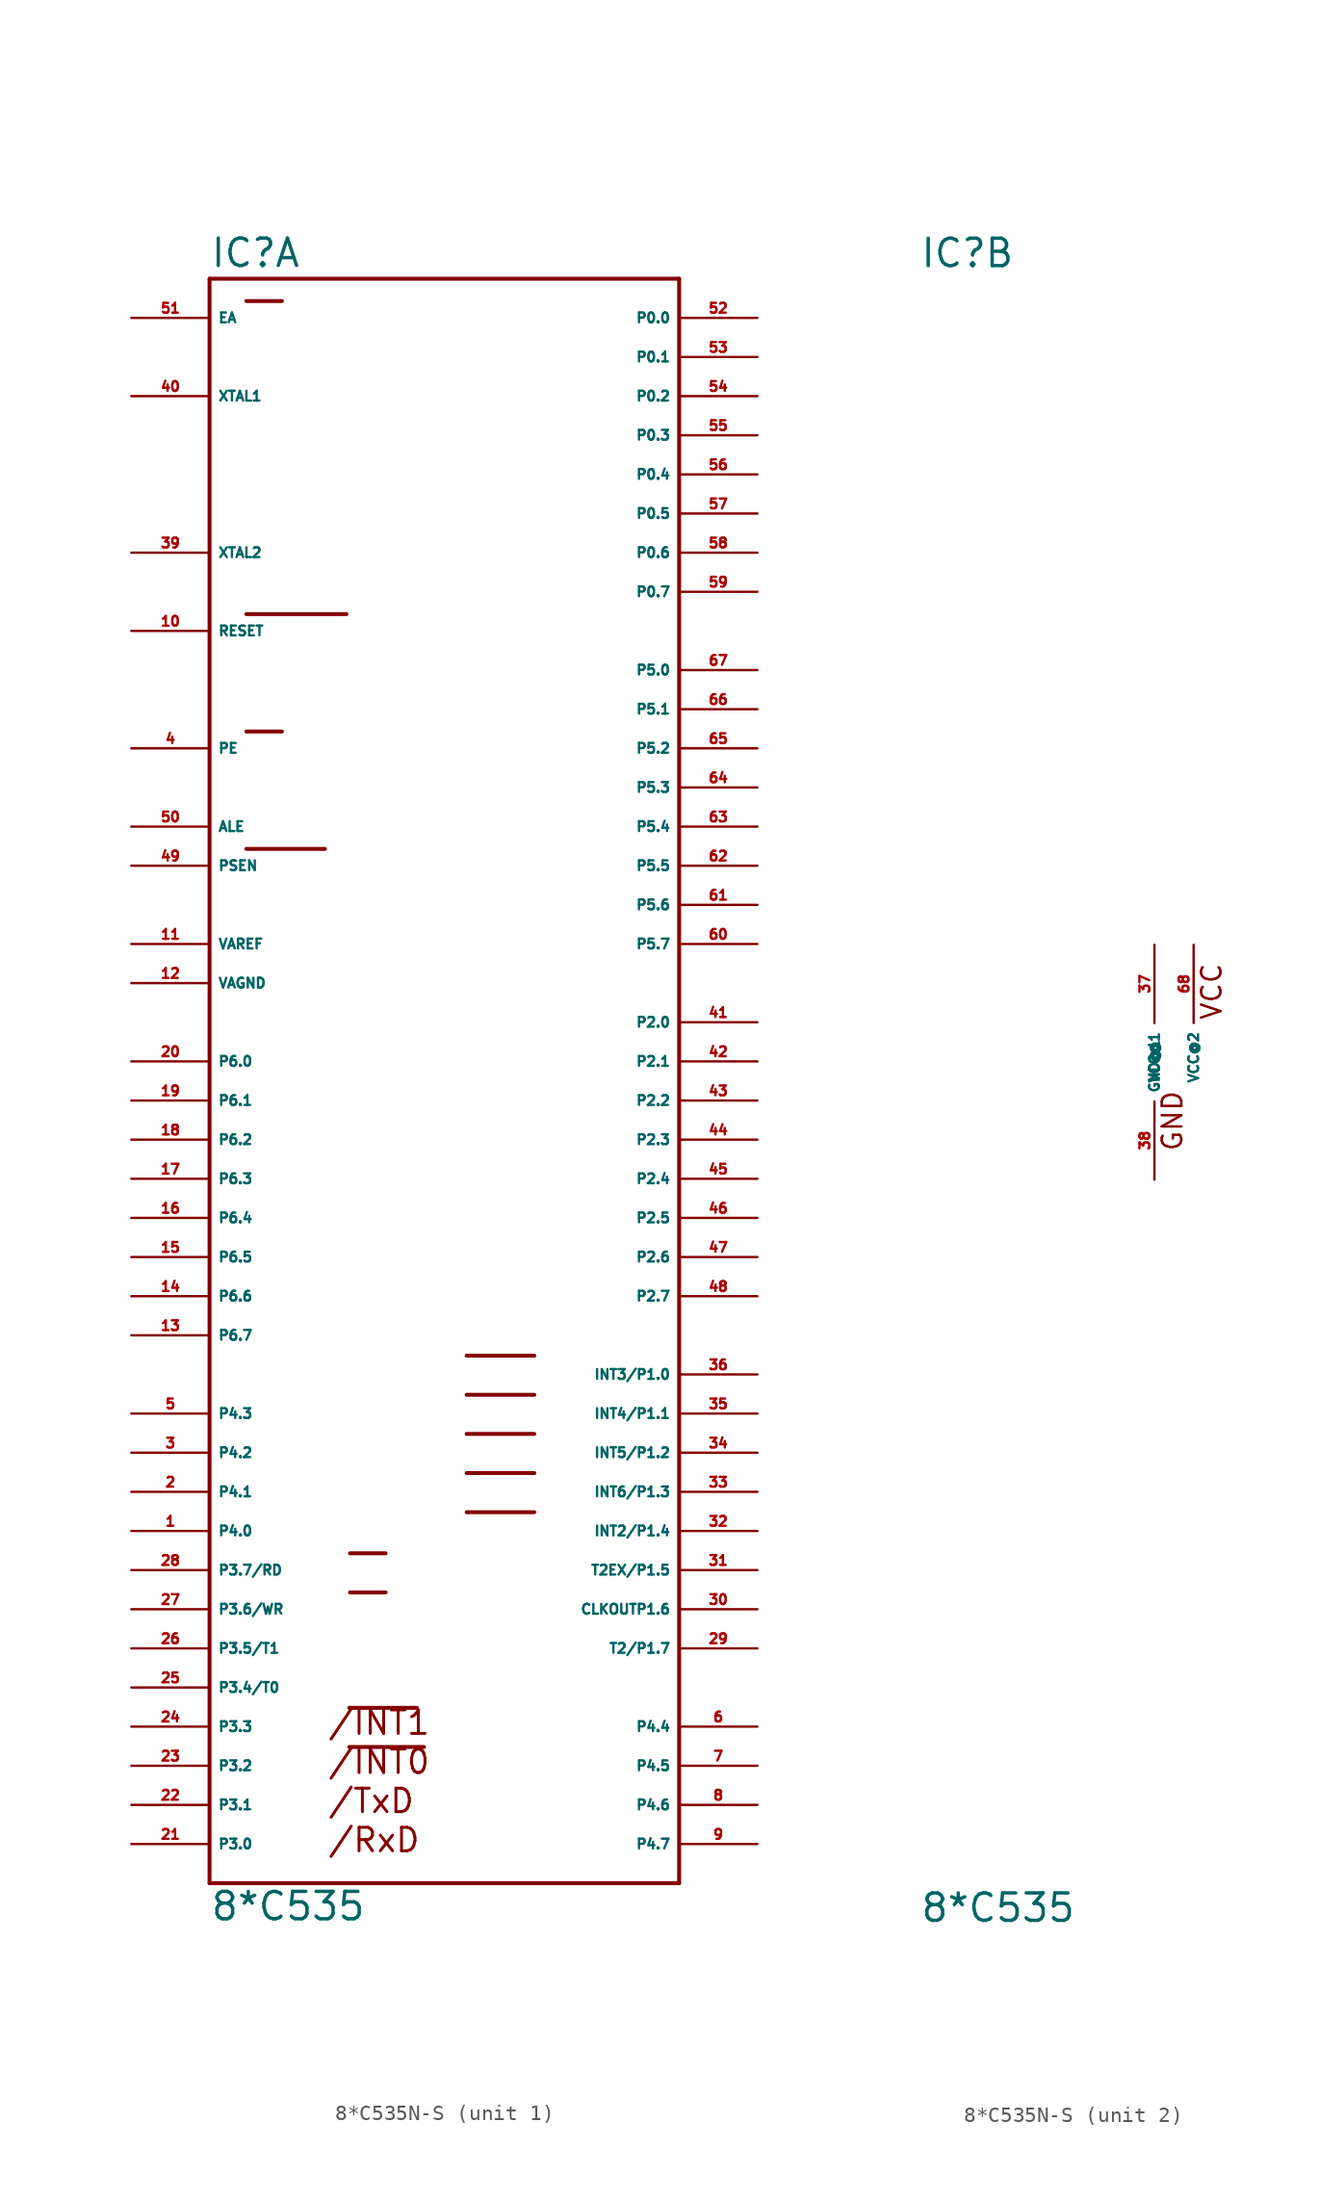
<source format=kicad_sym>
(kicad_symbol_lib
  (version 20220914)
  (generator Eagle2Kicad)
  (symbol "8*C535N-S"
    (property "Reference" "IC"
      (at -15.24 51.435 0)
      (effects (font (size 1.778 1.778) (thickness 0.22)) (justify left bottom)))
    (property "Value" "8*C535"
      (at -15.24 -55.88 0)
      (effects (font (size 1.778 1.778) (thickness 0.22)) (justify left bottom)))
    (symbol "8*C535N-S_1_0"
      (polyline (pts (xy -6.172 -41.961) (xy -1.778 -41.961)) (stroke (width 0.254) (type default)) (fill (type none)))
      (polyline (pts (xy -6.172 -44.501) (xy -1.321 -44.501)) (stroke (width 0.254) (type default)) (fill (type none)))
      (polyline (pts (xy -6.121 -31.928) (xy -3.81 -31.928)) (stroke (width 0.254) (type default)) (fill (type none)))
      (polyline (pts (xy -6.121 -34.468) (xy -3.81 -34.468)) (stroke (width 0.254) (type default)) (fill (type none)))
      (polyline (pts (xy -12.852 29.032) (xy -6.35 29.032)) (stroke (width 0.254) (type default)) (fill (type none)))
      (polyline (pts (xy -12.852 21.412) (xy -10.541 21.412)) (stroke (width 0.254) (type default)) (fill (type none)))
      (polyline (pts (xy -12.852 13.792) (xy -7.747 13.792)) (stroke (width 0.254) (type default)) (fill (type none)))
      (polyline (pts (xy -12.852 49.352) (xy -10.541 49.352)) (stroke (width 0.254) (type default)) (fill (type none)))
      (polyline (pts (xy -15.24 -53.34) (xy 15.24 -53.34)) (stroke (width 0.254) (type default)) (fill (type none)))
      (polyline (pts (xy 15.24 -53.34) (xy 15.24 50.8)) (stroke (width 0.254) (type default)) (fill (type none)))
      (polyline (pts (xy 15.24 50.8) (xy -15.24 50.8)) (stroke (width 0.254) (type default)) (fill (type none)))
      (polyline (pts (xy -15.24 50.8) (xy -15.24 -53.34)) (stroke (width 0.254) (type default)) (fill (type none)))
      (polyline (pts (xy 1.448 -19.101) (xy 5.842 -19.101)) (stroke (width 0.254) (type default)) (fill (type none)))
      (polyline (pts (xy 1.448 -21.641) (xy 5.842 -21.641)) (stroke (width 0.254) (type default)) (fill (type none)))
      (polyline (pts (xy 1.448 -24.181) (xy 5.842 -24.181)) (stroke (width 0.254) (type default)) (fill (type none)))
      (polyline (pts (xy 1.448 -26.721) (xy 5.842 -26.721)) (stroke (width 0.254) (type default)) (fill (type none)))
      (polyline (pts (xy 1.448 -29.261) (xy 5.842 -29.261)) (stroke (width 0.254) (type default)) (fill (type none)))
      (text "/INT1" (at -7.62 -43.815 0) (effects (font (size 1.524 1.524) (thickness 0.19)) (justify left bottom)))
      (text "/INT0" (at -7.62 -46.355 0) (effects (font (size 1.524 1.524) (thickness 0.19)) (justify left bottom)))
      (text "/RxD" (at -7.62 -51.435 0) (effects (font (size 1.524 1.524) (thickness 0.19)) (justify left bottom)))
      (text "/TxD" (at -7.62 -48.895 0) (effects (font (size 1.524 1.524) (thickness 0.19)) (justify left bottom)))
      (pin input line (at -20.32 48.26 0) (length 5.08) (name "EA" (effects (font (size 0.635 0.635) (thickness 0.08)) (justify left bottom))) (number "51" (effects (font (size 0.635 0.635) (thickness 0.08)) (justify left bottom))))
      (pin bidirectional line (at 20.32 48.26 180) (length 5.08) (name "P0.0" (effects (font (size 0.635 0.635) (thickness 0.08)) (justify left bottom))) (number "52" (effects (font (size 0.635 0.635) (thickness 0.08)) (justify left bottom))))
      (pin bidirectional line (at 20.32 45.72 180) (length 5.08) (name "P0.1" (effects (font (size 0.635 0.635) (thickness 0.08)) (justify left bottom))) (number "53" (effects (font (size 0.635 0.635) (thickness 0.08)) (justify left bottom))))
      (pin bidirectional line (at 20.32 43.18 180) (length 5.08) (name "P0.2" (effects (font (size 0.635 0.635) (thickness 0.08)) (justify left bottom))) (number "54" (effects (font (size 0.635 0.635) (thickness 0.08)) (justify left bottom))))
      (pin bidirectional line (at 20.32 40.64 180) (length 5.08) (name "P0.3" (effects (font (size 0.635 0.635) (thickness 0.08)) (justify left bottom))) (number "55" (effects (font (size 0.635 0.635) (thickness 0.08)) (justify left bottom))))
      (pin bidirectional line (at 20.32 38.1 180) (length 5.08) (name "P0.4" (effects (font (size 0.635 0.635) (thickness 0.08)) (justify left bottom))) (number "56" (effects (font (size 0.635 0.635) (thickness 0.08)) (justify left bottom))))
      (pin bidirectional line (at 20.32 35.56 180) (length 5.08) (name "P0.5" (effects (font (size 0.635 0.635) (thickness 0.08)) (justify left bottom))) (number "57" (effects (font (size 0.635 0.635) (thickness 0.08)) (justify left bottom))))
      (pin bidirectional line (at 20.32 33.02 180) (length 5.08) (name "P0.6" (effects (font (size 0.635 0.635) (thickness 0.08)) (justify left bottom))) (number "58" (effects (font (size 0.635 0.635) (thickness 0.08)) (justify left bottom))))
      (pin bidirectional line (at 20.32 30.48 180) (length 5.08) (name "P0.7" (effects (font (size 0.635 0.635) (thickness 0.08)) (justify left bottom))) (number "59" (effects (font (size 0.635 0.635) (thickness 0.08)) (justify left bottom))))
      (pin bidirectional line (at 20.32 25.4 180) (length 5.08) (name "P5.0" (effects (font (size 0.635 0.635) (thickness 0.08)) (justify left bottom))) (number "67" (effects (font (size 0.635 0.635) (thickness 0.08)) (justify left bottom))))
      (pin bidirectional line (at 20.32 22.86 180) (length 5.08) (name "P5.1" (effects (font (size 0.635 0.635) (thickness 0.08)) (justify left bottom))) (number "66" (effects (font (size 0.635 0.635) (thickness 0.08)) (justify left bottom))))
      (pin bidirectional line (at 20.32 20.32 180) (length 5.08) (name "P5.2" (effects (font (size 0.635 0.635) (thickness 0.08)) (justify left bottom))) (number "65" (effects (font (size 0.635 0.635) (thickness 0.08)) (justify left bottom))))
      (pin bidirectional line (at 20.32 17.78 180) (length 5.08) (name "P5.3" (effects (font (size 0.635 0.635) (thickness 0.08)) (justify left bottom))) (number "64" (effects (font (size 0.635 0.635) (thickness 0.08)) (justify left bottom))))
      (pin bidirectional line (at 20.32 15.24 180) (length 5.08) (name "P5.4" (effects (font (size 0.635 0.635) (thickness 0.08)) (justify left bottom))) (number "63" (effects (font (size 0.635 0.635) (thickness 0.08)) (justify left bottom))))
      (pin bidirectional line (at 20.32 12.7 180) (length 5.08) (name "P5.5" (effects (font (size 0.635 0.635) (thickness 0.08)) (justify left bottom))) (number "62" (effects (font (size 0.635 0.635) (thickness 0.08)) (justify left bottom))))
      (pin bidirectional line (at 20.32 10.16 180) (length 5.08) (name "P5.6" (effects (font (size 0.635 0.635) (thickness 0.08)) (justify left bottom))) (number "61" (effects (font (size 0.635 0.635) (thickness 0.08)) (justify left bottom))))
      (pin bidirectional line (at 20.32 7.62 180) (length 5.08) (name "P5.7" (effects (font (size 0.635 0.635) (thickness 0.08)) (justify left bottom))) (number "60" (effects (font (size 0.635 0.635) (thickness 0.08)) (justify left bottom))))
      (pin input line (at -20.32 43.18 0) (length 5.08) (name "XTAL1" (effects (font (size 0.635 0.635) (thickness 0.08)) (justify left bottom))) (number "40" (effects (font (size 0.635 0.635) (thickness 0.08)) (justify left bottom))))
      (pin input line (at -20.32 33.02 0) (length 5.08) (name "XTAL2" (effects (font (size 0.635 0.635) (thickness 0.08)) (justify left bottom))) (number "39" (effects (font (size 0.635 0.635) (thickness 0.08)) (justify left bottom))))
      (pin input line (at -20.32 27.94 0) (length 5.08) (name "RESET" (effects (font (size 0.635 0.635) (thickness 0.08)) (justify left bottom))) (number "10" (effects (font (size 0.635 0.635) (thickness 0.08)) (justify left bottom))))
      (pin input line (at -20.32 20.32 0) (length 5.08) (name "PE" (effects (font (size 0.635 0.635) (thickness 0.08)) (justify left bottom))) (number "4" (effects (font (size 0.635 0.635) (thickness 0.08)) (justify left bottom))))
      (pin output line (at -20.32 15.24 0) (length 5.08) (name "ALE" (effects (font (size 0.635 0.635) (thickness 0.08)) (justify left bottom))) (number "50" (effects (font (size 0.635 0.635) (thickness 0.08)) (justify left bottom))))
      (pin output line (at -20.32 12.7 0) (length 5.08) (name "PSEN" (effects (font (size 0.635 0.635) (thickness 0.08)) (justify left bottom))) (number "49" (effects (font (size 0.635 0.635) (thickness 0.08)) (justify left bottom))))
      (pin bidirectional line (at -20.32 7.62 0) (length 5.08) (name "VAREF" (effects (font (size 0.635 0.635) (thickness 0.08)) (justify left bottom))) (number "11" (effects (font (size 0.635 0.635) (thickness 0.08)) (justify left bottom))))
      (pin bidirectional line (at -20.32 5.08 0) (length 5.08) (name "VAGND" (effects (font (size 0.635 0.635) (thickness 0.08)) (justify left bottom))) (number "12" (effects (font (size 0.635 0.635) (thickness 0.08)) (justify left bottom))))
      (pin input line (at -20.32 0 0) (length 5.08) (name "P6.0" (effects (font (size 0.635 0.635) (thickness 0.08)) (justify left bottom))) (number "20" (effects (font (size 0.635 0.635) (thickness 0.08)) (justify left bottom))))
      (pin input line (at -20.32 -2.54 0) (length 5.08) (name "P6.1" (effects (font (size 0.635 0.635) (thickness 0.08)) (justify left bottom))) (number "19" (effects (font (size 0.635 0.635) (thickness 0.08)) (justify left bottom))))
      (pin input line (at -20.32 -5.08 0) (length 5.08) (name "P6.2" (effects (font (size 0.635 0.635) (thickness 0.08)) (justify left bottom))) (number "18" (effects (font (size 0.635 0.635) (thickness 0.08)) (justify left bottom))))
      (pin input line (at -20.32 -7.62 0) (length 5.08) (name "P6.3" (effects (font (size 0.635 0.635) (thickness 0.08)) (justify left bottom))) (number "17" (effects (font (size 0.635 0.635) (thickness 0.08)) (justify left bottom))))
      (pin input line (at -20.32 -10.16 0) (length 5.08) (name "P6.4" (effects (font (size 0.635 0.635) (thickness 0.08)) (justify left bottom))) (number "16" (effects (font (size 0.635 0.635) (thickness 0.08)) (justify left bottom))))
      (pin input line (at -20.32 -15.24 0) (length 5.08) (name "P6.6" (effects (font (size 0.635 0.635) (thickness 0.08)) (justify left bottom))) (number "14" (effects (font (size 0.635 0.635) (thickness 0.08)) (justify left bottom))))
      (pin input line (at -20.32 -17.78 0) (length 5.08) (name "P6.7" (effects (font (size 0.635 0.635) (thickness 0.08)) (justify left bottom))) (number "13" (effects (font (size 0.635 0.635) (thickness 0.08)) (justify left bottom))))
      (pin bidirectional line (at -20.32 -22.86 0) (length 5.08) (name "P4.3" (effects (font (size 0.635 0.635) (thickness 0.08)) (justify left bottom))) (number "5" (effects (font (size 0.635 0.635) (thickness 0.08)) (justify left bottom))))
      (pin input line (at -20.32 -12.7 0) (length 5.08) (name "P6.5" (effects (font (size 0.635 0.635) (thickness 0.08)) (justify left bottom))) (number "15" (effects (font (size 0.635 0.635) (thickness 0.08)) (justify left bottom))))
      (pin bidirectional line (at 20.32 2.54 180) (length 5.08) (name "P2.0" (effects (font (size 0.635 0.635) (thickness 0.08)) (justify left bottom))) (number "41" (effects (font (size 0.635 0.635) (thickness 0.08)) (justify left bottom))))
      (pin bidirectional line (at -20.32 -25.4 0) (length 5.08) (name "P4.2" (effects (font (size 0.635 0.635) (thickness 0.08)) (justify left bottom))) (number "3" (effects (font (size 0.635 0.635) (thickness 0.08)) (justify left bottom))))
      (pin bidirectional line (at -20.32 -27.94 0) (length 5.08) (name "P4.1" (effects (font (size 0.635 0.635) (thickness 0.08)) (justify left bottom))) (number "2" (effects (font (size 0.635 0.635) (thickness 0.08)) (justify left bottom))))
      (pin bidirectional line (at -20.32 -30.48 0) (length 5.08) (name "P4.0" (effects (font (size 0.635 0.635) (thickness 0.08)) (justify left bottom))) (number "1" (effects (font (size 0.635 0.635) (thickness 0.08)) (justify left bottom))))
      (pin bidirectional line (at 20.32 0 180) (length 5.08) (name "P2.1" (effects (font (size 0.635 0.635) (thickness 0.08)) (justify left bottom))) (number "42" (effects (font (size 0.635 0.635) (thickness 0.08)) (justify left bottom))))
      (pin bidirectional line (at 20.32 -2.54 180) (length 5.08) (name "P2.2" (effects (font (size 0.635 0.635) (thickness 0.08)) (justify left bottom))) (number "43" (effects (font (size 0.635 0.635) (thickness 0.08)) (justify left bottom))))
      (pin bidirectional line (at 20.32 -5.08 180) (length 5.08) (name "P2.3" (effects (font (size 0.635 0.635) (thickness 0.08)) (justify left bottom))) (number "44" (effects (font (size 0.635 0.635) (thickness 0.08)) (justify left bottom))))
      (pin bidirectional line (at 20.32 -7.62 180) (length 5.08) (name "P2.4" (effects (font (size 0.635 0.635) (thickness 0.08)) (justify left bottom))) (number "45" (effects (font (size 0.635 0.635) (thickness 0.08)) (justify left bottom))))
      (pin bidirectional line (at 20.32 -10.16 180) (length 5.08) (name "P2.5" (effects (font (size 0.635 0.635) (thickness 0.08)) (justify left bottom))) (number "46" (effects (font (size 0.635 0.635) (thickness 0.08)) (justify left bottom))))
      (pin bidirectional line (at 20.32 -12.7 180) (length 5.08) (name "P2.6" (effects (font (size 0.635 0.635) (thickness 0.08)) (justify left bottom))) (number "47" (effects (font (size 0.635 0.635) (thickness 0.08)) (justify left bottom))))
      (pin bidirectional line (at 20.32 -15.24 180) (length 5.08) (name "P2.7" (effects (font (size 0.635 0.635) (thickness 0.08)) (justify left bottom))) (number "48" (effects (font (size 0.635 0.635) (thickness 0.08)) (justify left bottom))))
      (pin bidirectional line (at 20.32 -20.32 180) (length 5.08) (name "INT3/P1.0" (effects (font (size 0.635 0.635) (thickness 0.08)) (justify left bottom))) (number "36" (effects (font (size 0.635 0.635) (thickness 0.08)) (justify left bottom))))
      (pin bidirectional line (at 20.32 -22.86 180) (length 5.08) (name "INT4/P1.1" (effects (font (size 0.635 0.635) (thickness 0.08)) (justify left bottom))) (number "35" (effects (font (size 0.635 0.635) (thickness 0.08)) (justify left bottom))))
      (pin bidirectional line (at 20.32 -25.4 180) (length 5.08) (name "INT5/P1.2" (effects (font (size 0.635 0.635) (thickness 0.08)) (justify left bottom))) (number "34" (effects (font (size 0.635 0.635) (thickness 0.08)) (justify left bottom))))
      (pin bidirectional line (at 20.32 -27.94 180) (length 5.08) (name "INT6/P1.3" (effects (font (size 0.635 0.635) (thickness 0.08)) (justify left bottom))) (number "33" (effects (font (size 0.635 0.635) (thickness 0.08)) (justify left bottom))))
      (pin bidirectional line (at 20.32 -30.48 180) (length 5.08) (name "INT2/P1.4" (effects (font (size 0.635 0.635) (thickness 0.08)) (justify left bottom))) (number "32" (effects (font (size 0.635 0.635) (thickness 0.08)) (justify left bottom))))
      (pin bidirectional line (at 20.32 -33.02 180) (length 5.08) (name "T2EX/P1.5" (effects (font (size 0.635 0.635) (thickness 0.08)) (justify left bottom))) (number "31" (effects (font (size 0.635 0.635) (thickness 0.08)) (justify left bottom))))
      (pin bidirectional line (at 20.32 -35.56 180) (length 5.08) (name "CLKOUTP1.6" (effects (font (size 0.635 0.635) (thickness 0.08)) (justify left bottom))) (number "30" (effects (font (size 0.635 0.635) (thickness 0.08)) (justify left bottom))))
      (pin bidirectional line (at 20.32 -38.1 180) (length 5.08) (name "T2/P1.7" (effects (font (size 0.635 0.635) (thickness 0.08)) (justify left bottom))) (number "29" (effects (font (size 0.635 0.635) (thickness 0.08)) (justify left bottom))))
      (pin bidirectional line (at 20.32 -43.18 180) (length 5.08) (name "P4.4" (effects (font (size 0.635 0.635) (thickness 0.08)) (justify left bottom))) (number "6" (effects (font (size 0.635 0.635) (thickness 0.08)) (justify left bottom))))
      (pin bidirectional line (at 20.32 -45.72 180) (length 5.08) (name "P4.5" (effects (font (size 0.635 0.635) (thickness 0.08)) (justify left bottom))) (number "7" (effects (font (size 0.635 0.635) (thickness 0.08)) (justify left bottom))))
      (pin bidirectional line (at 20.32 -48.26 180) (length 5.08) (name "P4.6" (effects (font (size 0.635 0.635) (thickness 0.08)) (justify left bottom))) (number "8" (effects (font (size 0.635 0.635) (thickness 0.08)) (justify left bottom))))
      (pin bidirectional line (at 20.32 -50.8 180) (length 5.08) (name "P4.7" (effects (font (size 0.635 0.635) (thickness 0.08)) (justify left bottom))) (number "9" (effects (font (size 0.635 0.635) (thickness 0.08)) (justify left bottom))))
      (pin bidirectional line (at -20.32 -50.8 0) (length 5.08) (name "P3.0" (effects (font (size 0.635 0.635) (thickness 0.08)) (justify left bottom))) (number "21" (effects (font (size 0.635 0.635) (thickness 0.08)) (justify left bottom))))
      (pin bidirectional line (at -20.32 -48.26 0) (length 5.08) (name "P3.1" (effects (font (size 0.635 0.635) (thickness 0.08)) (justify left bottom))) (number "22" (effects (font (size 0.635 0.635) (thickness 0.08)) (justify left bottom))))
      (pin bidirectional line (at -20.32 -45.72 0) (length 5.08) (name "P3.2" (effects (font (size 0.635 0.635) (thickness 0.08)) (justify left bottom))) (number "23" (effects (font (size 0.635 0.635) (thickness 0.08)) (justify left bottom))))
      (pin bidirectional line (at -20.32 -43.18 0) (length 5.08) (name "P3.3" (effects (font (size 0.635 0.635) (thickness 0.08)) (justify left bottom))) (number "24" (effects (font (size 0.635 0.635) (thickness 0.08)) (justify left bottom))))
      (pin bidirectional line (at -20.32 -40.64 0) (length 5.08) (name "P3.4/T0" (effects (font (size 0.635 0.635) (thickness 0.08)) (justify left bottom))) (number "25" (effects (font (size 0.635 0.635) (thickness 0.08)) (justify left bottom))))
      (pin bidirectional line (at -20.32 -38.1 0) (length 5.08) (name "P3.5/T1" (effects (font (size 0.635 0.635) (thickness 0.08)) (justify left bottom))) (number "26" (effects (font (size 0.635 0.635) (thickness 0.08)) (justify left bottom))))
      (pin bidirectional line (at -20.32 -35.56 0) (length 5.08) (name "P3.6/WR" (effects (font (size 0.635 0.635) (thickness 0.08)) (justify left bottom))) (number "27" (effects (font (size 0.635 0.635) (thickness 0.08)) (justify left bottom))))
      (pin bidirectional line (at -20.32 -33.02 0) (length 5.08) (name "P3.7/RD" (effects (font (size 0.635 0.635) (thickness 0.08)) (justify left bottom))) (number "28" (effects (font (size 0.635 0.635) (thickness 0.08)) (justify left bottom)))))
    (symbol "8*C535N-S_2_0"
      (text "VCC" (at 4.445 2.667 900) (effects (font (size 1.27 1.27) (thickness 0.16)) (justify left bottom)))
      (text "GND" (at 1.905 -5.842 900) (effects (font (size 1.27 1.27) (thickness 0.16)) (justify left bottom)))
      (pin unspecified line (at 0 -7.62 90) (length 5.08) (name "GND@1" (effects (font (size 0.635 0.635) (thickness 0.08)) (justify left bottom))) (number "38" (effects (font (size 0.635 0.635) (thickness 0.08)) (justify left bottom))))
      (pin unspecified line (at 0 7.62 270) (length 5.08) (name "VCC@1" (effects (font (size 0.635 0.635) (thickness 0.08)) (justify left bottom))) (number "37" (effects (font (size 0.635 0.635) (thickness 0.08)) (justify left bottom))))
      (pin unspecified line (at 2.54 7.62 270) (length 5.08) (name "VCC@2" (effects (font (size 0.635 0.635) (thickness 0.08)) (justify left bottom))) (number "68" (effects (font (size 0.635 0.635) (thickness 0.08)) (justify left bottom)))))))
</source>
